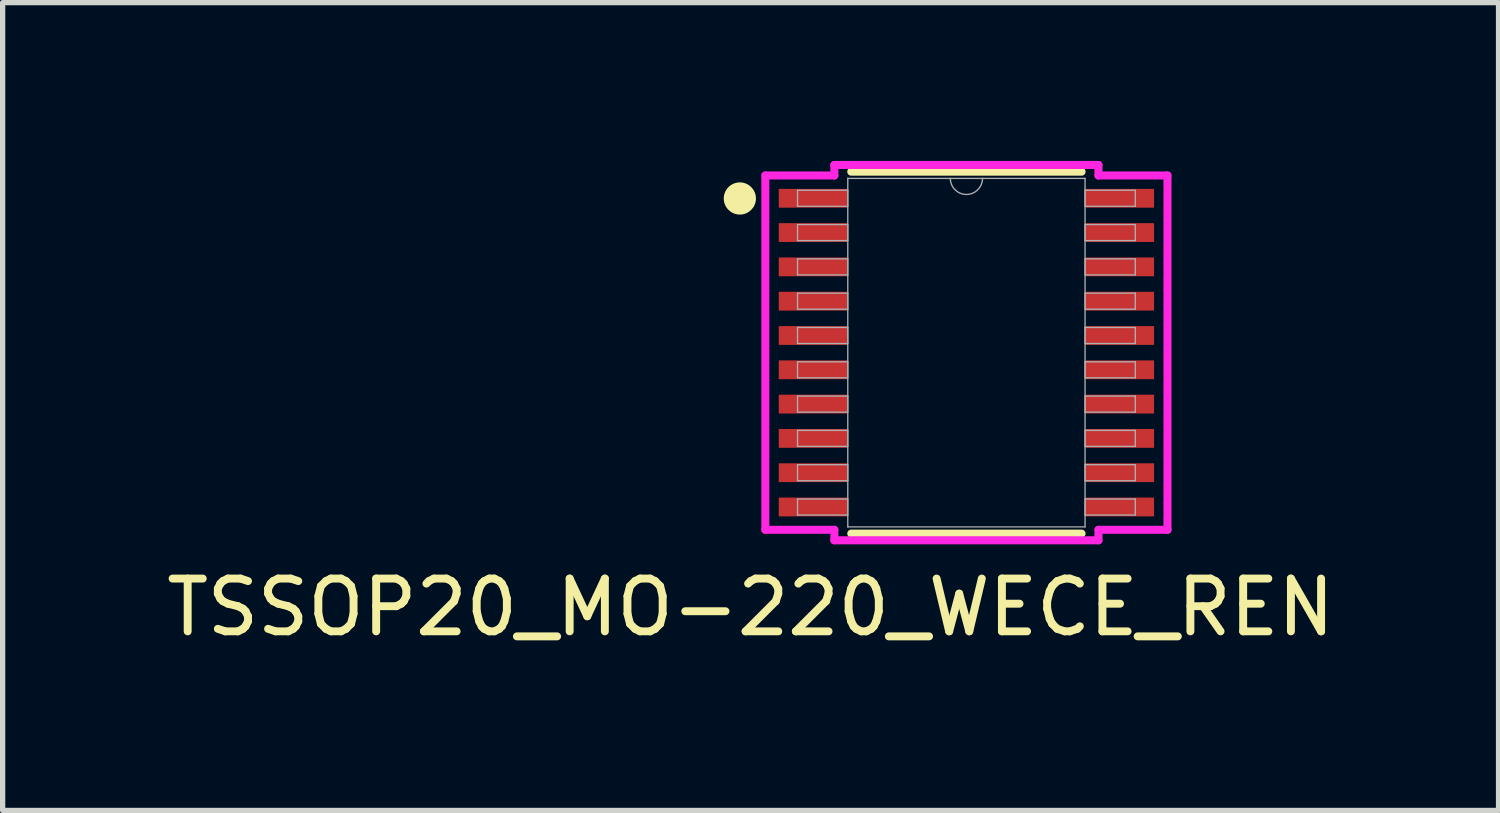
<source format=kicad_pcb>
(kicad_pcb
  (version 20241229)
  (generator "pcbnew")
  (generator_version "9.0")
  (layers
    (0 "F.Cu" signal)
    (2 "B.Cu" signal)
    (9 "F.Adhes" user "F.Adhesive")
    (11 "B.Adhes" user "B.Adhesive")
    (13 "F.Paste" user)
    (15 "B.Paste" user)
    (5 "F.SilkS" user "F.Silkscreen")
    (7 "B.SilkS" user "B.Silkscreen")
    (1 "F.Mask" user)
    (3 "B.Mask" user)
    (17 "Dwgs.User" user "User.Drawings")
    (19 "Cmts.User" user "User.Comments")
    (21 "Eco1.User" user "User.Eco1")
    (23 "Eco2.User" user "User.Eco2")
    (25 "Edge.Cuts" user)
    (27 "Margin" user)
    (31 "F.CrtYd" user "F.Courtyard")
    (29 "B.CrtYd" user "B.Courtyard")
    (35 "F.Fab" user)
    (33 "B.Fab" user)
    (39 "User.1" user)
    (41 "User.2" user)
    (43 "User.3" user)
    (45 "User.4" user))
  (footprint "TSSOP20_MO-220_WECE_REN"
    (layer "F.Cu")
    (at 15.262 3.632)
    (property "Reference" "TSSOP20_MO-220_WECE_REN" (at -4.089 4.826 0) (unlocked yes) (layer "F.SilkS") (effects (font (size 1 1) (thickness 0.15))))
    (attr smd)
    (fp_line (start -2.182 3.429) (end 2.182 3.429) (stroke (width 0.152) (type solid)) (layer "F.SilkS"))
    (fp_line (start 2.182 -3.429) (end -2.182 -3.429) (stroke (width 0.152) (type solid)) (layer "F.SilkS"))
    (fp_circle (center -4.293 -2.921) (end -3.993 -2.921) (stroke (width 0.01) (type solid)) (fill yes) (layer "F.SilkS"))
    (fp_line (start -3.81 -3.357) (end -2.502 -3.357) (stroke (width 0.152) (type solid)) (layer "F.CrtYd"))
    (fp_line (start -3.81 3.357) (end -3.81 -3.357) (stroke (width 0.152) (type solid)) (layer "F.CrtYd"))
    (fp_line (start -3.81 3.357) (end -2.502 3.357) (stroke (width 0.152) (type solid)) (layer "F.CrtYd"))
    (fp_line (start -2.502 -3.556) (end 2.502 -3.556) (stroke (width 0.152) (type solid)) (layer "F.CrtYd"))
    (fp_line (start -2.502 -3.357) (end -2.502 -3.556) (stroke (width 0.152) (type solid)) (layer "F.CrtYd"))
    (fp_line (start -2.502 3.556) (end -2.502 3.357) (stroke (width 0.152) (type solid)) (layer "F.CrtYd"))
    (fp_line (start 2.502 -3.556) (end 2.502 -3.357) (stroke (width 0.152) (type solid)) (layer "F.CrtYd"))
    (fp_line (start 2.502 3.357) (end 2.502 3.556) (stroke (width 0.152) (type solid)) (layer "F.CrtYd"))
    (fp_line (start 2.502 3.556) (end -2.502 3.556) (stroke (width 0.152) (type solid)) (layer "F.CrtYd"))
    (fp_line (start 3.81 -3.357) (end 2.502 -3.357) (stroke (width 0.152) (type solid)) (layer "F.CrtYd"))
    (fp_line (start 3.81 -3.357) (end 3.81 3.357) (stroke (width 0.152) (type solid)) (layer "F.CrtYd"))
    (fp_line (start 3.81 3.357) (end 2.502 3.357) (stroke (width 0.152) (type solid)) (layer "F.CrtYd"))
    (fp_line (start -3.2 -3.077) (end -3.2 -2.773) (stroke (width 0.025) (type solid)) (layer "F.Fab"))
    (fp_line (start -3.2 -2.773) (end -2.248 -2.773) (stroke (width 0.025) (type solid)) (layer "F.Fab"))
    (fp_line (start -3.2 -2.427) (end -3.2 -2.123) (stroke (width 0.025) (type solid)) (layer "F.Fab"))
    (fp_line (start -3.2 -2.123) (end -2.248 -2.123) (stroke (width 0.025) (type solid)) (layer "F.Fab"))
    (fp_line (start -3.2 -1.777) (end -3.2 -1.473) (stroke (width 0.025) (type solid)) (layer "F.Fab"))
    (fp_line (start -3.2 -1.473) (end -2.248 -1.473) (stroke (width 0.025) (type solid)) (layer "F.Fab"))
    (fp_line (start -3.2 -1.127) (end -3.2 -0.823) (stroke (width 0.025) (type solid)) (layer "F.Fab"))
    (fp_line (start -3.2 -0.823) (end -2.248 -0.823) (stroke (width 0.025) (type solid)) (layer "F.Fab"))
    (fp_line (start -3.2 -0.477) (end -3.2 -0.173) (stroke (width 0.025) (type solid)) (layer "F.Fab"))
    (fp_line (start -3.2 -0.173) (end -2.248 -0.173) (stroke (width 0.025) (type solid)) (layer "F.Fab"))
    (fp_line (start -3.2 0.173) (end -3.2 0.477) (stroke (width 0.025) (type solid)) (layer "F.Fab"))
    (fp_line (start -3.2 0.477) (end -2.248 0.477) (stroke (width 0.025) (type solid)) (layer "F.Fab"))
    (fp_line (start -3.2 0.823) (end -3.2 1.127) (stroke (width 0.025) (type solid)) (layer "F.Fab"))
    (fp_line (start -3.2 1.127) (end -2.248 1.127) (stroke (width 0.025) (type solid)) (layer "F.Fab"))
    (fp_line (start -3.2 1.473) (end -3.2 1.777) (stroke (width 0.025) (type solid)) (layer "F.Fab"))
    (fp_line (start -3.2 1.777) (end -2.248 1.777) (stroke (width 0.025) (type solid)) (layer "F.Fab"))
    (fp_line (start -3.2 2.123) (end -3.2 2.427) (stroke (width 0.025) (type solid)) (layer "F.Fab"))
    (fp_line (start -3.2 2.427) (end -2.248 2.427) (stroke (width 0.025) (type solid)) (layer "F.Fab"))
    (fp_line (start -3.2 2.773) (end -3.2 3.077) (stroke (width 0.025) (type solid)) (layer "F.Fab"))
    (fp_line (start -3.2 3.077) (end -2.248 3.077) (stroke (width 0.025) (type solid)) (layer "F.Fab"))
    (fp_line (start -2.248 -3.302) (end -2.248 3.302) (stroke (width 0.025) (type solid)) (layer "F.Fab"))
    (fp_line (start -2.248 -3.077) (end -3.2 -3.077) (stroke (width 0.025) (type solid)) (layer "F.Fab"))
    (fp_line (start -2.248 -2.773) (end -2.248 -3.077) (stroke (width 0.025) (type solid)) (layer "F.Fab"))
    (fp_line (start -2.248 -2.427) (end -3.2 -2.427) (stroke (width 0.025) (type solid)) (layer "F.Fab"))
    (fp_line (start -2.248 -2.123) (end -2.248 -2.427) (stroke (width 0.025) (type solid)) (layer "F.Fab"))
    (fp_line (start -2.248 -1.777) (end -3.2 -1.777) (stroke (width 0.025) (type solid)) (layer "F.Fab"))
    (fp_line (start -2.248 -1.473) (end -2.248 -1.777) (stroke (width 0.025) (type solid)) (layer "F.Fab"))
    (fp_line (start -2.248 -1.127) (end -3.2 -1.127) (stroke (width 0.025) (type solid)) (layer "F.Fab"))
    (fp_line (start -2.248 -0.823) (end -2.248 -1.127) (stroke (width 0.025) (type solid)) (layer "F.Fab"))
    (fp_line (start -2.248 -0.477) (end -3.2 -0.477) (stroke (width 0.025) (type solid)) (layer "F.Fab"))
    (fp_line (start -2.248 -0.173) (end -2.248 -0.477) (stroke (width 0.025) (type solid)) (layer "F.Fab"))
    (fp_line (start -2.248 0.173) (end -3.2 0.173) (stroke (width 0.025) (type solid)) (layer "F.Fab"))
    (fp_line (start -2.248 0.477) (end -2.248 0.173) (stroke (width 0.025) (type solid)) (layer "F.Fab"))
    (fp_line (start -2.248 0.823) (end -3.2 0.823) (stroke (width 0.025) (type solid)) (layer "F.Fab"))
    (fp_line (start -2.248 1.127) (end -2.248 0.823) (stroke (width 0.025) (type solid)) (layer "F.Fab"))
    (fp_line (start -2.248 1.473) (end -3.2 1.473) (stroke (width 0.025) (type solid)) (layer "F.Fab"))
    (fp_line (start -2.248 1.777) (end -2.248 1.473) (stroke (width 0.025) (type solid)) (layer "F.Fab"))
    (fp_line (start -2.248 2.123) (end -3.2 2.123) (stroke (width 0.025) (type solid)) (layer "F.Fab"))
    (fp_line (start -2.248 2.427) (end -2.248 2.123) (stroke (width 0.025) (type solid)) (layer "F.Fab"))
    (fp_line (start -2.248 2.773) (end -3.2 2.773) (stroke (width 0.025) (type solid)) (layer "F.Fab"))
    (fp_line (start -2.248 3.077) (end -2.248 2.773) (stroke (width 0.025) (type solid)) (layer "F.Fab"))
    (fp_line (start -2.248 3.302) (end 2.248 3.302) (stroke (width 0.025) (type solid)) (layer "F.Fab"))
    (fp_line (start 2.248 -3.302) (end -2.248 -3.302) (stroke (width 0.025) (type solid)) (layer "F.Fab"))
    (fp_line (start 2.248 -3.077) (end 2.248 -2.773) (stroke (width 0.025) (type solid)) (layer "F.Fab"))
    (fp_line (start 2.248 -2.773) (end 3.2 -2.773) (stroke (width 0.025) (type solid)) (layer "F.Fab"))
    (fp_line (start 2.248 -2.427) (end 2.248 -2.123) (stroke (width 0.025) (type solid)) (layer "F.Fab"))
    (fp_line (start 2.248 -2.123) (end 3.2 -2.123) (stroke (width 0.025) (type solid)) (layer "F.Fab"))
    (fp_line (start 2.248 -1.777) (end 2.248 -1.473) (stroke (width 0.025) (type solid)) (layer "F.Fab"))
    (fp_line (start 2.248 -1.473) (end 3.2 -1.473) (stroke (width 0.025) (type solid)) (layer "F.Fab"))
    (fp_line (start 2.248 -1.127) (end 2.248 -0.823) (stroke (width 0.025) (type solid)) (layer "F.Fab"))
    (fp_line (start 2.248 -0.823) (end 3.2 -0.823) (stroke (width 0.025) (type solid)) (layer "F.Fab"))
    (fp_line (start 2.248 -0.477) (end 2.248 -0.173) (stroke (width 0.025) (type solid)) (layer "F.Fab"))
    (fp_line (start 2.248 -0.173) (end 3.2 -0.173) (stroke (width 0.025) (type solid)) (layer "F.Fab"))
    (fp_line (start 2.248 0.173) (end 2.248 0.477) (stroke (width 0.025) (type solid)) (layer "F.Fab"))
    (fp_line (start 2.248 0.477) (end 3.2 0.477) (stroke (width 0.025) (type solid)) (layer "F.Fab"))
    (fp_line (start 2.248 0.823) (end 2.248 1.127) (stroke (width 0.025) (type solid)) (layer "F.Fab"))
    (fp_line (start 2.248 1.127) (end 3.2 1.127) (stroke (width 0.025) (type solid)) (layer "F.Fab"))
    (fp_line (start 2.248 1.473) (end 2.248 1.777) (stroke (width 0.025) (type solid)) (layer "F.Fab"))
    (fp_line (start 2.248 1.777) (end 3.2 1.777) (stroke (width 0.025) (type solid)) (layer "F.Fab"))
    (fp_line (start 2.248 2.123) (end 2.248 2.427) (stroke (width 0.025) (type solid)) (layer "F.Fab"))
    (fp_line (start 2.248 2.427) (end 3.2 2.427) (stroke (width 0.025) (type solid)) (layer "F.Fab"))
    (fp_line (start 2.248 2.773) (end 2.248 3.077) (stroke (width 0.025) (type solid)) (layer "F.Fab"))
    (fp_line (start 2.248 3.077) (end 3.2 3.077) (stroke (width 0.025) (type solid)) (layer "F.Fab"))
    (fp_line (start 2.248 3.302) (end 2.248 -3.302) (stroke (width 0.025) (type solid)) (layer "F.Fab"))
    (fp_line (start 3.2 -3.077) (end 2.248 -3.077) (stroke (width 0.025) (type solid)) (layer "F.Fab"))
    (fp_line (start 3.2 -2.773) (end 3.2 -3.077) (stroke (width 0.025) (type solid)) (layer "F.Fab"))
    (fp_line (start 3.2 -2.427) (end 2.248 -2.427) (stroke (width 0.025) (type solid)) (layer "F.Fab"))
    (fp_line (start 3.2 -2.123) (end 3.2 -2.427) (stroke (width 0.025) (type solid)) (layer "F.Fab"))
    (fp_line (start 3.2 -1.777) (end 2.248 -1.777) (stroke (width 0.025) (type solid)) (layer "F.Fab"))
    (fp_line (start 3.2 -1.473) (end 3.2 -1.777) (stroke (width 0.025) (type solid)) (layer "F.Fab"))
    (fp_line (start 3.2 -1.127) (end 2.248 -1.127) (stroke (width 0.025) (type solid)) (layer "F.Fab"))
    (fp_line (start 3.2 -0.823) (end 3.2 -1.127) (stroke (width 0.025) (type solid)) (layer "F.Fab"))
    (fp_line (start 3.2 -0.477) (end 2.248 -0.477) (stroke (width 0.025) (type solid)) (layer "F.Fab"))
    (fp_line (start 3.2 -0.173) (end 3.2 -0.477) (stroke (width 0.025) (type solid)) (layer "F.Fab"))
    (fp_line (start 3.2 0.173) (end 2.248 0.173) (stroke (width 0.025) (type solid)) (layer "F.Fab"))
    (fp_line (start 3.2 0.477) (end 3.2 0.173) (stroke (width 0.025) (type solid)) (layer "F.Fab"))
    (fp_line (start 3.2 0.823) (end 2.248 0.823) (stroke (width 0.025) (type solid)) (layer "F.Fab"))
    (fp_line (start 3.2 1.127) (end 3.2 0.823) (stroke (width 0.025) (type solid)) (layer "F.Fab"))
    (fp_line (start 3.2 1.473) (end 2.248 1.473) (stroke (width 0.025) (type solid)) (layer "F.Fab"))
    (fp_line (start 3.2 1.777) (end 3.2 1.473) (stroke (width 0.025) (type solid)) (layer "F.Fab"))
    (fp_line (start 3.2 2.123) (end 2.248 2.123) (stroke (width 0.025) (type solid)) (layer "F.Fab"))
    (fp_line (start 3.2 2.427) (end 3.2 2.123) (stroke (width 0.025) (type solid)) (layer "F.Fab"))
    (fp_line (start 3.2 2.773) (end 2.248 2.773) (stroke (width 0.025) (type solid)) (layer "F.Fab"))
    (fp_line (start 3.2 3.077) (end 3.2 2.773) (stroke (width 0.025) (type solid)) (layer "F.Fab"))
    (fp_arc (start 0.3048 -3.302) (mid 0 -2.9972) (end -0.3048 -3.302) (stroke (width 0.0254) (type solid)) (layer "F.Fab"))
    (pad "1" smd rect (at -2.902 -2.925) (size 1.308 0.356) (layers "F.Cu" "F.Mask" "F.Paste"))
    (pad "2" smd rect (at -2.902 -2.275) (size 1.308 0.356) (layers "F.Cu" "F.Mask" "F.Paste"))
    (pad "3" smd rect (at -2.902 -1.625) (size 1.308 0.356) (layers "F.Cu" "F.Mask" "F.Paste"))
    (pad "4" smd rect (at -2.902 -0.975) (size 1.308 0.356) (layers "F.Cu" "F.Mask" "F.Paste"))
    (pad "5" smd rect (at -2.902 -0.325) (size 1.308 0.356) (layers "F.Cu" "F.Mask" "F.Paste"))
    (pad "6" smd rect (at -2.902 0.325) (size 1.308 0.356) (layers "F.Cu" "F.Mask" "F.Paste"))
    (pad "7" smd rect (at -2.902 0.975) (size 1.308 0.356) (layers "F.Cu" "F.Mask" "F.Paste"))
    (pad "8" smd rect (at -2.902 1.625) (size 1.308 0.356) (layers "F.Cu" "F.Mask" "F.Paste"))
    (pad "9" smd rect (at -2.902 2.275) (size 1.308 0.356) (layers "F.Cu" "F.Mask" "F.Paste"))
    (pad "10" smd rect (at -2.902 2.925) (size 1.308 0.356) (layers "F.Cu" "F.Mask" "F.Paste"))
    (pad "11" smd rect (at 2.902 2.925) (size 1.308 0.356) (layers "F.Cu" "F.Mask" "F.Paste"))
    (pad "12" smd rect (at 2.902 2.275) (size 1.308 0.356) (layers "F.Cu" "F.Mask" "F.Paste"))
    (pad "13" smd rect (at 2.902 1.625) (size 1.308 0.356) (layers "F.Cu" "F.Mask" "F.Paste"))
    (pad "14" smd rect (at 2.902 0.975) (size 1.308 0.356) (layers "F.Cu" "F.Mask" "F.Paste"))
    (pad "15" smd rect (at 2.902 0.325) (size 1.308 0.356) (layers "F.Cu" "F.Mask" "F.Paste"))
    (pad "16" smd rect (at 2.902 -0.325) (size 1.308 0.356) (layers "F.Cu" "F.Mask" "F.Paste"))
    (pad "17" smd rect (at 2.902 -0.975) (size 1.308 0.356) (layers "F.Cu" "F.Mask" "F.Paste"))
    (pad "18" smd rect (at 2.902 -1.625) (size 1.308 0.356) (layers "F.Cu" "F.Mask" "F.Paste"))
    (pad "19" smd rect (at 2.902 -2.275) (size 1.308 0.356) (layers "F.Cu" "F.Mask" "F.Paste"))
    (pad "20" smd rect (at 2.902 -2.925) (size 1.308 0.356) (layers "F.Cu" "F.Mask" "F.Paste")))
  (gr_rect
    (start -3 -3)
    (end 25.345 12.306)
    (stroke (width 0.1) (type default))
    (fill no)
    (layer "Edge.Cuts")))
</source>
